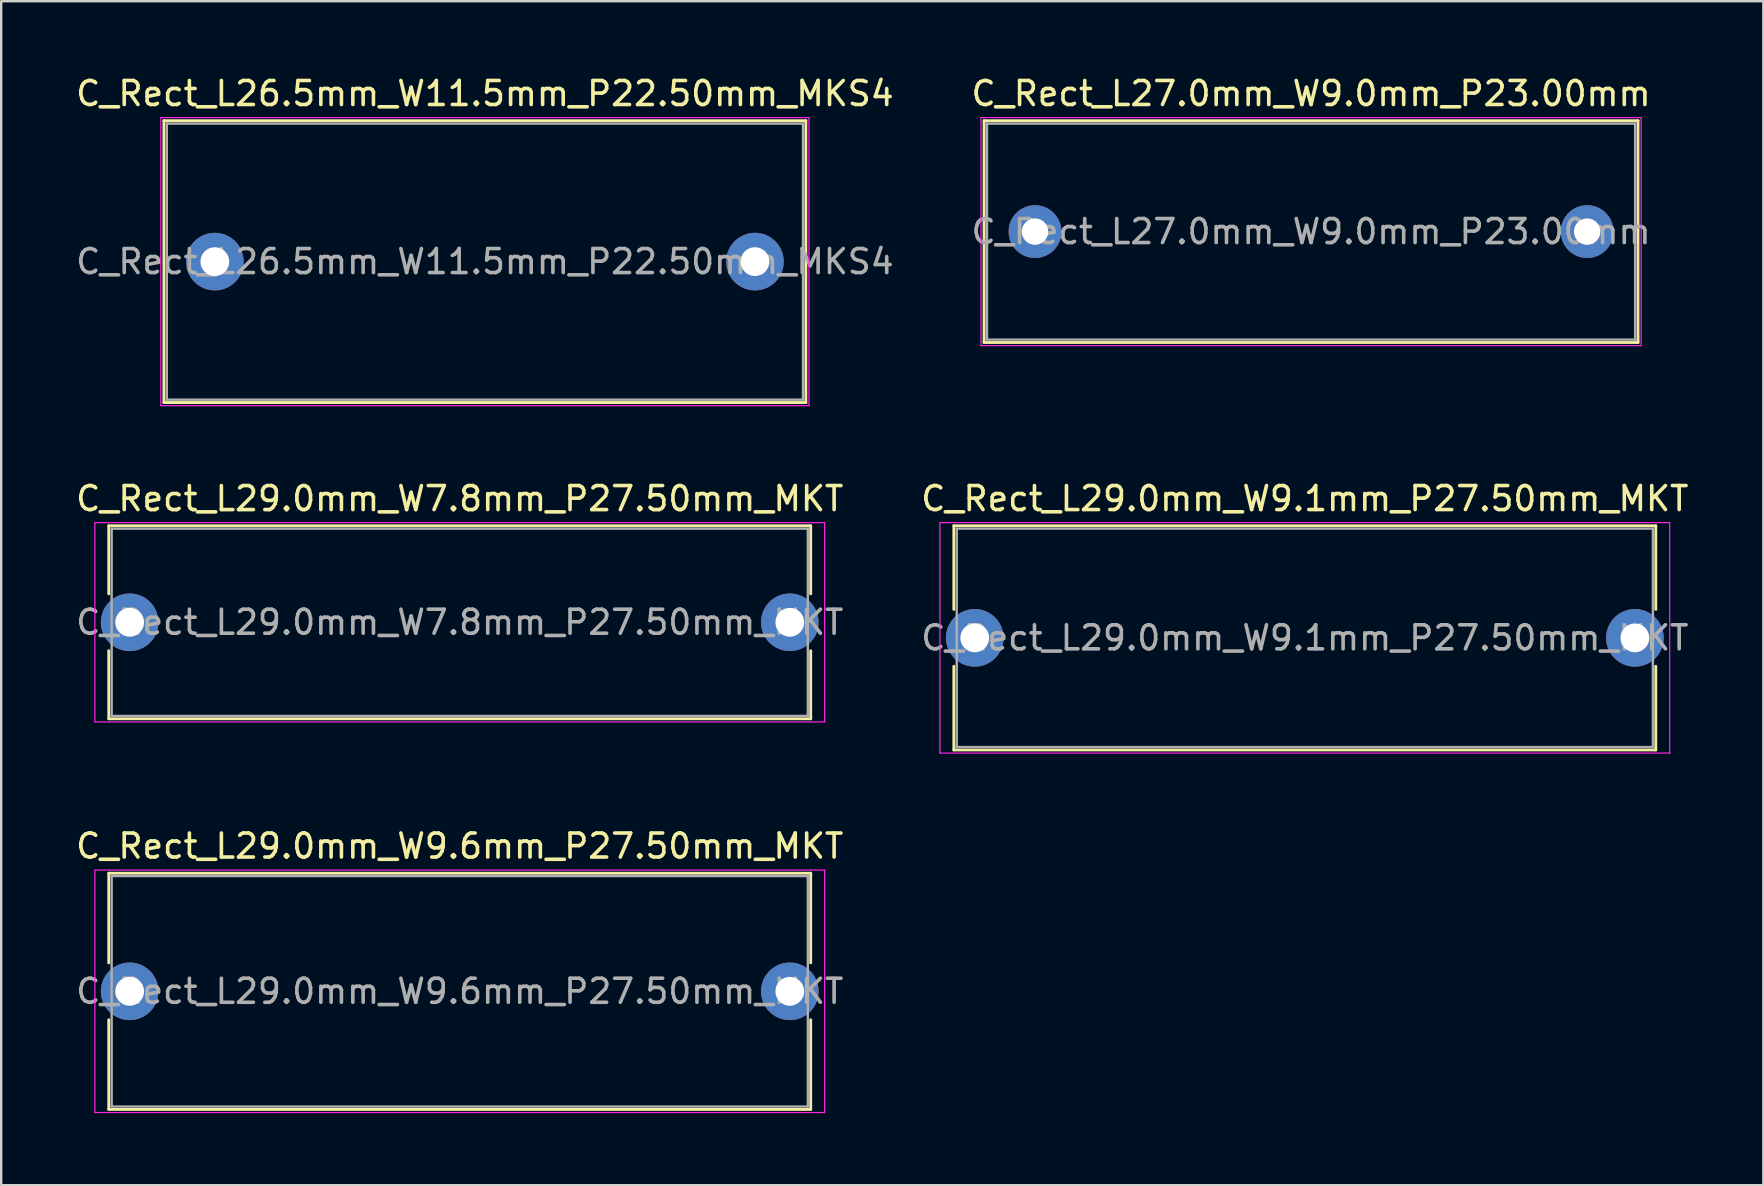
<source format=kicad_pcb>
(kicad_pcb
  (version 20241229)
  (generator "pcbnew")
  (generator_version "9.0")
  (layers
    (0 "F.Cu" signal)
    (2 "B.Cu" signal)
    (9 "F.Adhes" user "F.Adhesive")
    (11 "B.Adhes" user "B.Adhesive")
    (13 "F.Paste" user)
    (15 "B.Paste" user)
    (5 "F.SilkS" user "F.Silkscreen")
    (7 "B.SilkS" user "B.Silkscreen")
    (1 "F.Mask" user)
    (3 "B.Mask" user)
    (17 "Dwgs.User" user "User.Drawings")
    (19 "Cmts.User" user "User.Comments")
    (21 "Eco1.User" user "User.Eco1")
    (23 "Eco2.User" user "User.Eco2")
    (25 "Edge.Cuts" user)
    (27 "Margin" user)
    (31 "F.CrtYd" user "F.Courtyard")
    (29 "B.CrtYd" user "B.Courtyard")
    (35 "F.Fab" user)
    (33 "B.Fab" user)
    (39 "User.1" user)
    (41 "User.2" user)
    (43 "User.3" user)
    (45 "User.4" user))
  (footprint "C_Rect_L27.0mm_W9.0mm_P23.00mm"
    (layer "F.Cu")
    (at 40.065 6.598)
    (property "Reference" "C_Rect_L27.0mm_W9.0mm_P23.00mm" (at 11.5 -5.75 0) (layer "F.SilkS") (effects (font (size 1 1) (thickness 0.15))))
    (attr through_hole)
    (fp_line (start -2.12 -4.62) (end -2.12 4.62) (stroke (width 0.12) (type solid)) (layer "F.SilkS"))
    (fp_line (start -2.12 -4.62) (end 25.12 -4.62) (stroke (width 0.12) (type solid)) (layer "F.SilkS"))
    (fp_line (start -2.12 4.62) (end 25.12 4.62) (stroke (width 0.12) (type solid)) (layer "F.SilkS"))
    (fp_line (start 25.12 -4.62) (end 25.12 4.62) (stroke (width 0.12) (type solid)) (layer "F.SilkS"))
    (fp_line (start -2.25 -4.75) (end -2.25 4.75) (stroke (width 0.05) (type solid)) (layer "F.CrtYd"))
    (fp_line (start -2.25 4.75) (end 25.25 4.75) (stroke (width 0.05) (type solid)) (layer "F.CrtYd"))
    (fp_line (start 25.25 -4.75) (end -2.25 -4.75) (stroke (width 0.05) (type solid)) (layer "F.CrtYd"))
    (fp_line (start 25.25 4.75) (end 25.25 -4.75) (stroke (width 0.05) (type solid)) (layer "F.CrtYd"))
    (fp_line (start -2 -4.5) (end -2 4.5) (stroke (width 0.1) (type solid)) (layer "F.Fab"))
    (fp_line (start -2 4.5) (end 25 4.5) (stroke (width 0.1) (type solid)) (layer "F.Fab"))
    (fp_line (start 25 -4.5) (end -2 -4.5) (stroke (width 0.1) (type solid)) (layer "F.Fab"))
    (fp_line (start 25 4.5) (end 25 -4.5) (stroke (width 0.1) (type solid)) (layer "F.Fab"))
    (fp_text user "${REFERENCE}" (at 11.5 0 0) (layer "F.Fab") (effects (font (size 1 1) (thickness 0.15))))
    (pad "1" thru_hole circle (at 0 0) (size 2.2 2.2) (drill 1.1) (layers "*.Cu" "*.Mask"))
    (pad "2" thru_hole circle (at 23 0) (size 2.2 2.2) (drill 1.1) (layers "*.Cu" "*.Mask")))
  (footprint "C_Rect_L29.0mm_W9.6mm_P27.50mm_MKT"
    (layer "F.Cu")
    (at 2.351 38.245)
    (property "Reference" "C_Rect_L29.0mm_W9.6mm_P27.50mm_MKT" (at 13.75 -6.05 0) (layer "F.SilkS") (effects (font (size 1 1) (thickness 0.15))))
    (attr through_hole)
    (fp_line (start -0.87 -4.92) (end -0.87 -1.185) (stroke (width 0.12) (type solid)) (layer "F.SilkS"))
    (fp_line (start -0.87 -4.92) (end 28.37 -4.92) (stroke (width 0.12) (type solid)) (layer "F.SilkS"))
    (fp_line (start -0.87 1.185) (end -0.87 4.92) (stroke (width 0.12) (type solid)) (layer "F.SilkS"))
    (fp_line (start -0.87 4.92) (end 28.37 4.92) (stroke (width 0.12) (type solid)) (layer "F.SilkS"))
    (fp_line (start 28.37 -4.92) (end 28.37 -1.185) (stroke (width 0.12) (type solid)) (layer "F.SilkS"))
    (fp_line (start 28.37 1.185) (end 28.37 4.92) (stroke (width 0.12) (type solid)) (layer "F.SilkS"))
    (fp_line (start -1.45 -5.05) (end -1.45 5.05) (stroke (width 0.05) (type solid)) (layer "F.CrtYd"))
    (fp_line (start -1.45 5.05) (end 28.95 5.05) (stroke (width 0.05) (type solid)) (layer "F.CrtYd"))
    (fp_line (start 28.95 -5.05) (end -1.45 -5.05) (stroke (width 0.05) (type solid)) (layer "F.CrtYd"))
    (fp_line (start 28.95 5.05) (end 28.95 -5.05) (stroke (width 0.05) (type solid)) (layer "F.CrtYd"))
    (fp_line (start -0.75 -4.8) (end -0.75 4.8) (stroke (width 0.1) (type solid)) (layer "F.Fab"))
    (fp_line (start -0.75 4.8) (end 28.25 4.8) (stroke (width 0.1) (type solid)) (layer "F.Fab"))
    (fp_line (start 28.25 -4.8) (end -0.75 -4.8) (stroke (width 0.1) (type solid)) (layer "F.Fab"))
    (fp_line (start 28.25 4.8) (end 28.25 -4.8) (stroke (width 0.1) (type solid)) (layer "F.Fab"))
    (fp_text user "${REFERENCE}" (at 13.75 0 0) (layer "F.Fab") (effects (font (size 1 1) (thickness 0.15))))
    (pad "1" thru_hole circle (at 0 0) (size 2.4 2.4) (drill 1.2) (layers "*.Cu" "*.Mask"))
    (pad "2" thru_hole circle (at 27.5 0) (size 2.4 2.4) (drill 1.2) (layers "*.Cu" "*.Mask")))
  (footprint "C_Rect_L29.0mm_W9.1mm_P27.50mm_MKT"
    (layer "F.Cu")
    (at 37.554 23.521)
    (property "Reference" "C_Rect_L29.0mm_W9.1mm_P27.50mm_MKT" (at 13.75 -5.8 0) (layer "F.SilkS") (effects (font (size 1 1) (thickness 0.15))))
    (attr through_hole)
    (fp_line (start -0.87 -4.67) (end -0.87 -1.185) (stroke (width 0.12) (type solid)) (layer "F.SilkS"))
    (fp_line (start -0.87 -4.67) (end 28.37 -4.67) (stroke (width 0.12) (type solid)) (layer "F.SilkS"))
    (fp_line (start -0.87 1.185) (end -0.87 4.67) (stroke (width 0.12) (type solid)) (layer "F.SilkS"))
    (fp_line (start -0.87 4.67) (end 28.37 4.67) (stroke (width 0.12) (type solid)) (layer "F.SilkS"))
    (fp_line (start 28.37 -4.67) (end 28.37 -1.185) (stroke (width 0.12) (type solid)) (layer "F.SilkS"))
    (fp_line (start 28.37 1.185) (end 28.37 4.67) (stroke (width 0.12) (type solid)) (layer "F.SilkS"))
    (fp_line (start -1.45 -4.8) (end -1.45 4.8) (stroke (width 0.05) (type solid)) (layer "F.CrtYd"))
    (fp_line (start -1.45 4.8) (end 28.95 4.8) (stroke (width 0.05) (type solid)) (layer "F.CrtYd"))
    (fp_line (start 28.95 -4.8) (end -1.45 -4.8) (stroke (width 0.05) (type solid)) (layer "F.CrtYd"))
    (fp_line (start 28.95 4.8) (end 28.95 -4.8) (stroke (width 0.05) (type solid)) (layer "F.CrtYd"))
    (fp_line (start -0.75 -4.55) (end -0.75 4.55) (stroke (width 0.1) (type solid)) (layer "F.Fab"))
    (fp_line (start -0.75 4.55) (end 28.25 4.55) (stroke (width 0.1) (type solid)) (layer "F.Fab"))
    (fp_line (start 28.25 -4.55) (end -0.75 -4.55) (stroke (width 0.1) (type solid)) (layer "F.Fab"))
    (fp_line (start 28.25 4.55) (end 28.25 -4.55) (stroke (width 0.1) (type solid)) (layer "F.Fab"))
    (fp_text user "${REFERENCE}" (at 13.75 0 0) (layer "F.Fab") (effects (font (size 1 1) (thickness 0.15))))
    (pad "1" thru_hole circle (at 0 0) (size 2.4 2.4) (drill 1.2) (layers "*.Cu" "*.Mask"))
    (pad "2" thru_hole circle (at 27.5 0) (size 2.4 2.4) (drill 1.2) (layers "*.Cu" "*.Mask")))
  (footprint "C_Rect_L26.5mm_W11.5mm_P22.50mm_MKS4"
    (layer "F.Cu")
    (at 5.899 7.848)
    (property "Reference" "C_Rect_L26.5mm_W11.5mm_P22.50mm_MKS4" (at 11.25 -7 0) (layer "F.SilkS") (effects (font (size 1 1) (thickness 0.15))))
    (attr through_hole)
    (fp_line (start -2.12 -5.87) (end -2.12 5.87) (stroke (width 0.12) (type solid)) (layer "F.SilkS"))
    (fp_line (start -2.12 -5.87) (end 24.62 -5.87) (stroke (width 0.12) (type solid)) (layer "F.SilkS"))
    (fp_line (start -2.12 5.87) (end 24.62 5.87) (stroke (width 0.12) (type solid)) (layer "F.SilkS"))
    (fp_line (start 24.62 -5.87) (end 24.62 5.87) (stroke (width 0.12) (type solid)) (layer "F.SilkS"))
    (fp_line (start -2.25 -6) (end -2.25 6) (stroke (width 0.05) (type solid)) (layer "F.CrtYd"))
    (fp_line (start -2.25 6) (end 24.75 6) (stroke (width 0.05) (type solid)) (layer "F.CrtYd"))
    (fp_line (start 24.75 -6) (end -2.25 -6) (stroke (width 0.05) (type solid)) (layer "F.CrtYd"))
    (fp_line (start 24.75 6) (end 24.75 -6) (stroke (width 0.05) (type solid)) (layer "F.CrtYd"))
    (fp_line (start -2 -5.75) (end -2 5.75) (stroke (width 0.1) (type solid)) (layer "F.Fab"))
    (fp_line (start -2 5.75) (end 24.5 5.75) (stroke (width 0.1) (type solid)) (layer "F.Fab"))
    (fp_line (start 24.5 -5.75) (end -2 -5.75) (stroke (width 0.1) (type solid)) (layer "F.Fab"))
    (fp_line (start 24.5 5.75) (end 24.5 -5.75) (stroke (width 0.1) (type solid)) (layer "F.Fab"))
    (fp_text user "${REFERENCE}" (at 11.25 0 0) (layer "F.Fab") (effects (font (size 1 1) (thickness 0.15))))
    (pad "1" thru_hole circle (at 0 0) (size 2.4 2.4) (drill 1.2) (layers "*.Cu" "*.Mask"))
    (pad "2" thru_hole circle (at 22.5 0) (size 2.4 2.4) (drill 1.2) (layers "*.Cu" "*.Mask")))
  (footprint "C_Rect_L29.0mm_W7.8mm_P27.50mm_MKT"
    (layer "F.Cu")
    (at 2.351 22.872)
    (property "Reference" "C_Rect_L29.0mm_W7.8mm_P27.50mm_MKT" (at 13.75 -5.15 0) (layer "F.SilkS") (effects (font (size 1 1) (thickness 0.15))))
    (attr through_hole)
    (fp_line (start -0.87 -4.02) (end -0.87 -1.185) (stroke (width 0.12) (type solid)) (layer "F.SilkS"))
    (fp_line (start -0.87 -4.02) (end 28.37 -4.02) (stroke (width 0.12) (type solid)) (layer "F.SilkS"))
    (fp_line (start -0.87 1.185) (end -0.87 4.02) (stroke (width 0.12) (type solid)) (layer "F.SilkS"))
    (fp_line (start -0.87 4.02) (end 28.37 4.02) (stroke (width 0.12) (type solid)) (layer "F.SilkS"))
    (fp_line (start 28.37 -4.02) (end 28.37 -1.185) (stroke (width 0.12) (type solid)) (layer "F.SilkS"))
    (fp_line (start 28.37 1.185) (end 28.37 4.02) (stroke (width 0.12) (type solid)) (layer "F.SilkS"))
    (fp_line (start -1.45 -4.15) (end -1.45 4.15) (stroke (width 0.05) (type solid)) (layer "F.CrtYd"))
    (fp_line (start -1.45 4.15) (end 28.95 4.15) (stroke (width 0.05) (type solid)) (layer "F.CrtYd"))
    (fp_line (start 28.95 -4.15) (end -1.45 -4.15) (stroke (width 0.05) (type solid)) (layer "F.CrtYd"))
    (fp_line (start 28.95 4.15) (end 28.95 -4.15) (stroke (width 0.05) (type solid)) (layer "F.CrtYd"))
    (fp_line (start -0.75 -3.9) (end -0.75 3.9) (stroke (width 0.1) (type solid)) (layer "F.Fab"))
    (fp_line (start -0.75 3.9) (end 28.25 3.9) (stroke (width 0.1) (type solid)) (layer "F.Fab"))
    (fp_line (start 28.25 -3.9) (end -0.75 -3.9) (stroke (width 0.1) (type solid)) (layer "F.Fab"))
    (fp_line (start 28.25 3.9) (end 28.25 -3.9) (stroke (width 0.1) (type solid)) (layer "F.Fab"))
    (fp_text user "${REFERENCE}" (at 13.75 0 0) (layer "F.Fab") (effects (font (size 1 1) (thickness 0.15))))
    (pad "1" thru_hole circle (at 0 0) (size 2.4 2.4) (drill 1.2) (layers "*.Cu" "*.Mask"))
    (pad "2" thru_hole circle (at 27.5 0) (size 2.4 2.4) (drill 1.2) (layers "*.Cu" "*.Mask")))
  (gr_rect
    (start -3 -3)
    (end 70.405 46.32)
    (stroke (width 0.1) (type default))
    (fill no)
    (layer "Edge.Cuts")))
</source>
